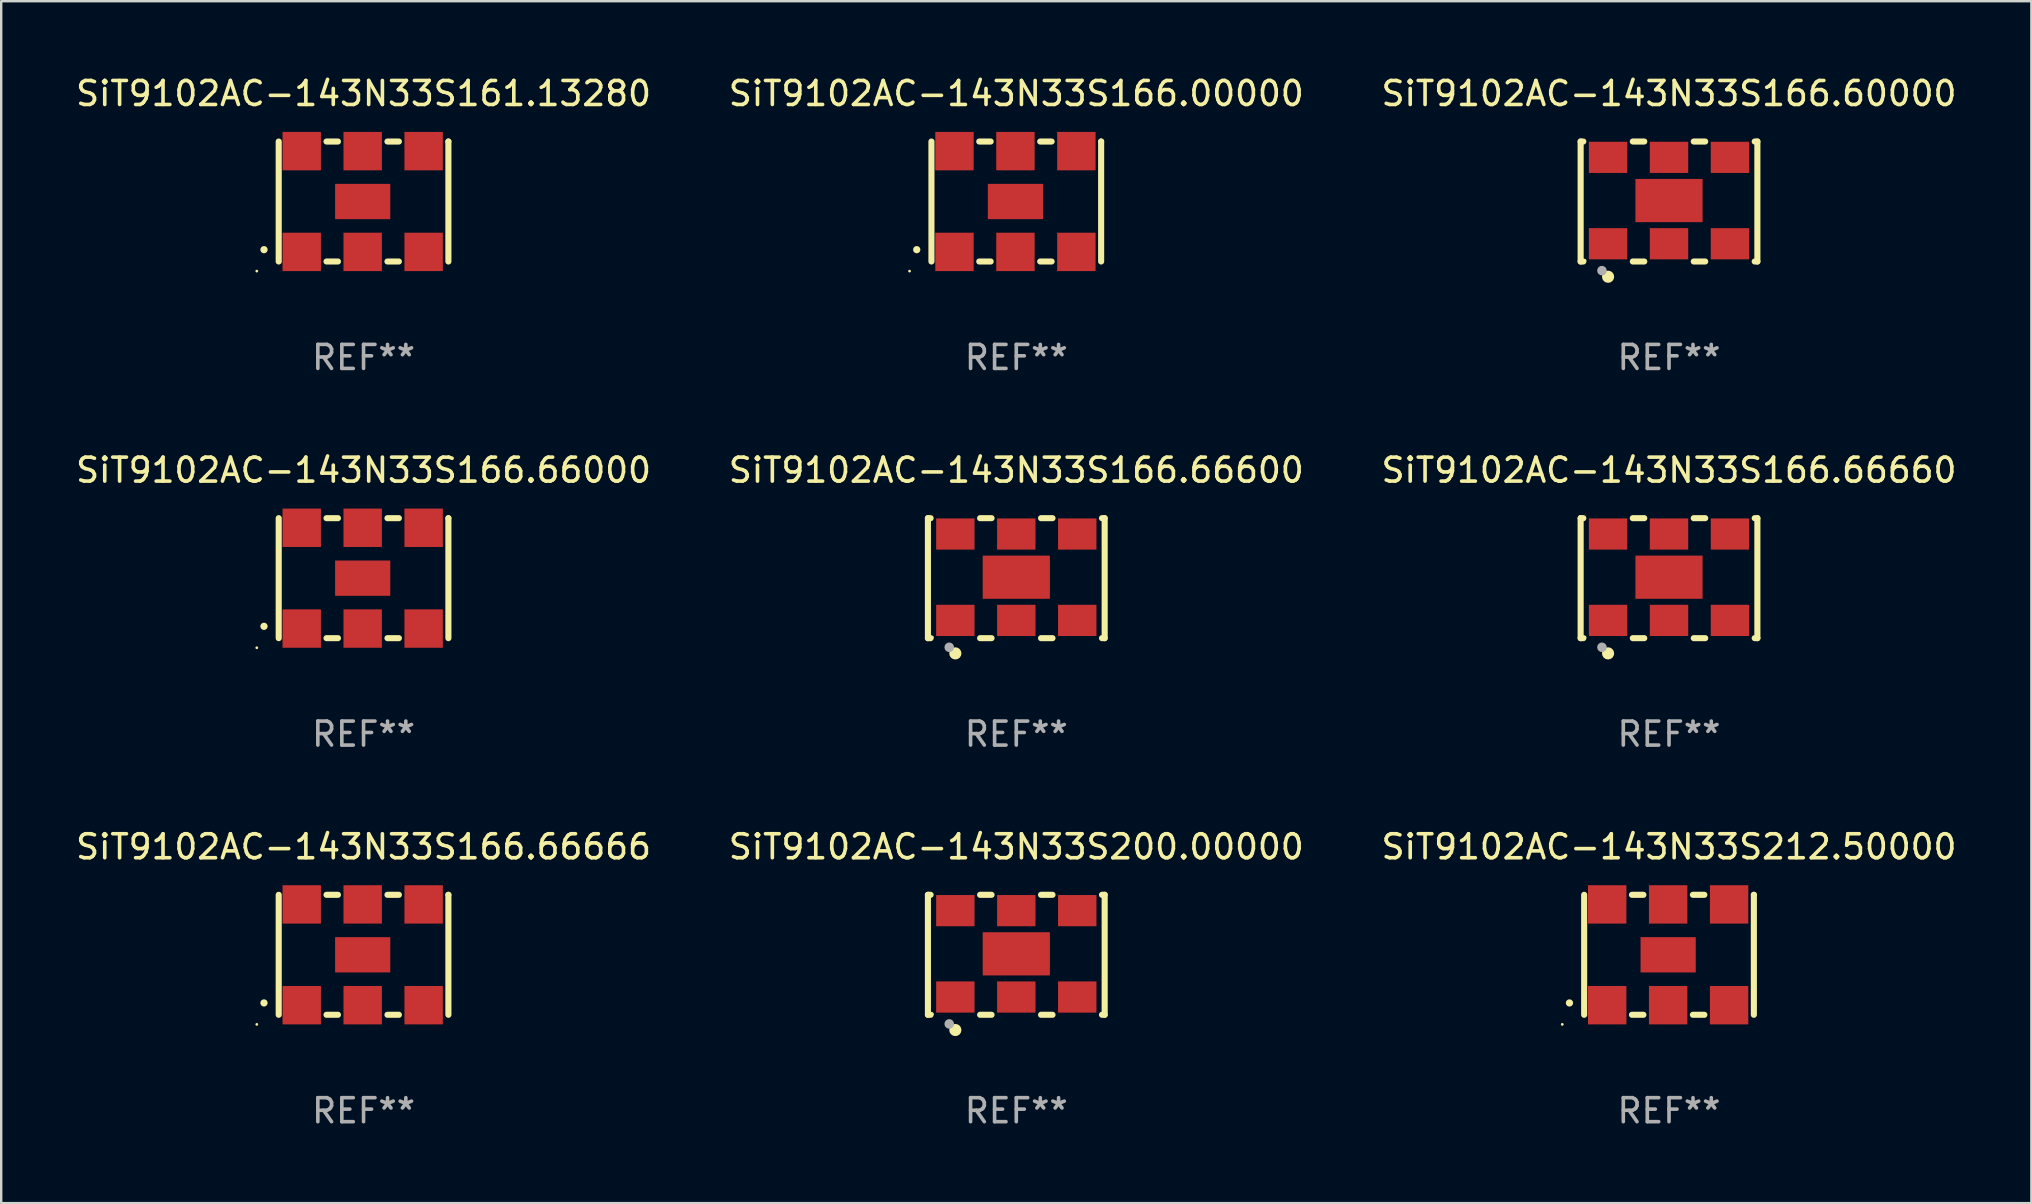
<source format=kicad_pcb>
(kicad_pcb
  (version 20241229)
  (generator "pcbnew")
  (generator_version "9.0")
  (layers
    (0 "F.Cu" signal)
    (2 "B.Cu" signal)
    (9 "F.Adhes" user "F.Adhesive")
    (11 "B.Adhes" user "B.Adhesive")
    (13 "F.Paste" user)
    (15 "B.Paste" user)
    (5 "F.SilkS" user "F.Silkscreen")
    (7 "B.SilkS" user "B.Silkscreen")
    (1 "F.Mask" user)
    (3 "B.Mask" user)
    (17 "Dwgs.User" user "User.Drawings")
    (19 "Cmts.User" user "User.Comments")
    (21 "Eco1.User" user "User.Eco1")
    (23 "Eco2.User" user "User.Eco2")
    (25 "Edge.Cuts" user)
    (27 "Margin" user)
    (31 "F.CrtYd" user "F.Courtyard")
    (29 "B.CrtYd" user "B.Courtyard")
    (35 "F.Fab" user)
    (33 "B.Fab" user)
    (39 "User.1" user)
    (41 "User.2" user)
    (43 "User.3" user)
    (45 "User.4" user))
  (footprint "SiT9102AC-143N33S166.66666"
    (layer "F.Cu")
    (at 12.101 36.741)
    (property "Reference" "SiT9102AC-143N33S166.66666" (at 0 -4.5 0) (layer "F.SilkS") (effects (font (size 1 1) (thickness 0.15))))
    (attr through_hole)
    (fp_line (start -3.536 -2.5) (end -3.536 2.5) (stroke (width 0.254) (type solid)) (layer "F.SilkS"))
    (fp_line (start -1.544 2.5) (end -1.067 2.5) (stroke (width 0.254) (type solid)) (layer "F.SilkS"))
    (fp_line (start -1.067 -2.5) (end -1.544 -2.5) (stroke (width 0.254) (type solid)) (layer "F.SilkS"))
    (fp_line (start 0.996 2.5) (end 1.473 2.5) (stroke (width 0.254) (type solid)) (layer "F.SilkS"))
    (fp_line (start 1.473 -2.5) (end 0.996 -2.5) (stroke (width 0.254) (type solid)) (layer "F.SilkS"))
    (fp_line (start 3.536 -2.5) (end 3.536 -2.5) (stroke (width 0.254) (type solid)) (layer "F.SilkS"))
    (fp_line (start 3.536 2.5) (end 3.536 -2.5) (stroke (width 0.254) (type solid)) (layer "F.SilkS"))
    (fp_arc (start -4.150432 2.006604) (mid -4.149162 2.006599) (end -4.147892 2.006604) (stroke (width 0.3) (type solid)) (layer "F.SilkS"))
    (fp_circle (center -4.449 2.9) (end -4.419 2.9) (stroke (width 0.06) (type solid)) (fill no) (layer "F.SilkS"))
    (fp_text user "REF**" (at 0 6.5 0) (layer "F.Fab") (effects (font (size 1 1) (thickness 0.15))))
    (pad "1" smd rect (at -2.576 2.1) (size 1.6 1.6) (layers "F.Cu" "F.Mask" "F.Paste"))
    (pad "2" smd rect (at -0.036 2.1) (size 1.6 1.6) (layers "F.Cu" "F.Mask" "F.Paste"))
    (pad "3" smd rect (at 2.504 2.1) (size 1.6 1.6) (layers "F.Cu" "F.Mask" "F.Paste"))
    (pad "4" smd rect (at 2.504 -2.1) (size 1.6 1.6) (layers "F.Cu" "F.Mask" "F.Paste"))
    (pad "5" smd rect (at -0.036 -2.1) (size 1.6 1.6) (layers "F.Cu" "F.Mask" "F.Paste"))
    (pad "6" smd rect (at -2.576 -2.1) (size 1.6 1.6) (layers "F.Cu" "F.Mask" "F.Paste"))
    (pad "7" smd rect (at -0.036 0) (size 2.3 1.47) (layers "F.Cu" "F.Mask" "F.Paste")))
  (footprint "SiT9102AC-143N33S212.50000"
    (layer "F.Cu")
    (at 66.506 36.741)
    (property "Reference" "SiT9102AC-143N33S212.50000" (at 0 -4.5 0) (layer "F.SilkS") (effects (font (size 1 1) (thickness 0.15))))
    (attr through_hole)
    (fp_line (start -3.536 -2.5) (end -3.536 2.5) (stroke (width 0.254) (type solid)) (layer "F.SilkS"))
    (fp_line (start -1.544 2.5) (end -1.067 2.5) (stroke (width 0.254) (type solid)) (layer "F.SilkS"))
    (fp_line (start -1.067 -2.5) (end -1.544 -2.5) (stroke (width 0.254) (type solid)) (layer "F.SilkS"))
    (fp_line (start 0.996 2.5) (end 1.473 2.5) (stroke (width 0.254) (type solid)) (layer "F.SilkS"))
    (fp_line (start 1.473 -2.5) (end 0.996 -2.5) (stroke (width 0.254) (type solid)) (layer "F.SilkS"))
    (fp_line (start 3.536 -2.5) (end 3.536 -2.5) (stroke (width 0.254) (type solid)) (layer "F.SilkS"))
    (fp_line (start 3.536 2.5) (end 3.536 -2.5) (stroke (width 0.254) (type solid)) (layer "F.SilkS"))
    (fp_arc (start -4.150432 2.006604) (mid -4.149162 2.006599) (end -4.147892 2.006604) (stroke (width 0.3) (type solid)) (layer "F.SilkS"))
    (fp_circle (center -4.449 2.9) (end -4.419 2.9) (stroke (width 0.06) (type solid)) (fill no) (layer "F.SilkS"))
    (fp_text user "REF**" (at 0 6.5 0) (layer "F.Fab") (effects (font (size 1 1) (thickness 0.15))))
    (pad "1" smd rect (at -2.576 2.1) (size 1.6 1.6) (layers "F.Cu" "F.Mask" "F.Paste"))
    (pad "2" smd rect (at -0.036 2.1) (size 1.6 1.6) (layers "F.Cu" "F.Mask" "F.Paste"))
    (pad "3" smd rect (at 2.504 2.1) (size 1.6 1.6) (layers "F.Cu" "F.Mask" "F.Paste"))
    (pad "4" smd rect (at 2.504 -2.1) (size 1.6 1.6) (layers "F.Cu" "F.Mask" "F.Paste"))
    (pad "5" smd rect (at -0.036 -2.1) (size 1.6 1.6) (layers "F.Cu" "F.Mask" "F.Paste"))
    (pad "6" smd rect (at -2.576 -2.1) (size 1.6 1.6) (layers "F.Cu" "F.Mask" "F.Paste"))
    (pad "7" smd rect (at -0.036 0) (size 2.3 1.47) (layers "F.Cu" "F.Mask" "F.Paste")))
  (footprint "SiT9102AC-143N33S200.00000"
    (layer "F.Cu")
    (at 39.304 36.741)
    (property "Reference" "SiT9102AC-143N33S200.00000" (at 0 -4.5 0) (layer "F.SilkS") (effects (font (size 1 1) (thickness 0.15))))
    (attr through_hole)
    (fp_line (start -3.683 -2.5) (end -3.571 -2.5) (stroke (width 0.254) (type solid)) (layer "F.SilkS"))
    (fp_line (start -3.683 2.5) (end -3.683 -2.5) (stroke (width 0.254) (type solid)) (layer "F.SilkS"))
    (fp_line (start -3.683 2.5) (end -3.571 2.5) (stroke (width 0.254) (type solid)) (layer "F.SilkS"))
    (fp_line (start -1.509 -2.5) (end -1.031 -2.5) (stroke (width 0.254) (type solid)) (layer "F.SilkS"))
    (fp_line (start -1.509 2.5) (end -1.031 2.5) (stroke (width 0.254) (type solid)) (layer "F.SilkS"))
    (fp_line (start 1.031 -2.5) (end 1.509 -2.5) (stroke (width 0.254) (type solid)) (layer "F.SilkS"))
    (fp_line (start 1.031 2.5) (end 1.509 2.5) (stroke (width 0.254) (type solid)) (layer "F.SilkS"))
    (fp_line (start 3.571 -2.5) (end 3.683 -2.5) (stroke (width 0.254) (type solid)) (layer "F.SilkS"))
    (fp_line (start 3.571 2.5) (end 3.683 2.5) (stroke (width 0.254) (type solid)) (layer "F.SilkS"))
    (fp_line (start 3.683 2.5) (end 3.683 -2.5) (stroke (width 0.254) (type solid)) (layer "F.SilkS"))
    (fp_circle (center -3.5 2.46) (end -3.47 2.46) (stroke (width 0.06) (type solid)) (fill no) (layer "F.SilkS"))
    (fp_circle (center -2.54 3.135) (end -2.413 3.135) (stroke (width 0.254) (type solid)) (fill no) (layer "F.SilkS"))
    (fp_circle (center -2.794 2.881) (end -2.694 2.881) (stroke (width 0.2) (type solid)) (fill no) (layer "F.Fab"))
    (fp_text user "REF**" (at 0 6.5 0) (layer "F.Fab") (effects (font (size 1 1) (thickness 0.15))))
    (pad "1" smd rect (at -2.54 1.76) (size 1.6 1.3) (layers "F.Cu" "F.Mask" "F.Paste"))
    (pad "2" smd rect (at 0 1.76) (size 1.6 1.3) (layers "F.Cu" "F.Mask" "F.Paste"))
    (pad "3" smd rect (at 2.54 1.76) (size 1.6 1.3) (layers "F.Cu" "F.Mask" "F.Paste"))
    (pad "4" smd rect (at 2.54 -1.84) (size 1.6 1.3) (layers "F.Cu" "F.Mask" "F.Paste"))
    (pad "5" smd rect (at 0 -1.84) (size 1.6 1.3) (layers "F.Cu" "F.Mask" "F.Paste"))
    (pad "6" smd rect (at -2.54 -1.84) (size 1.6 1.3) (layers "F.Cu" "F.Mask" "F.Paste"))
    (pad "7" smd rect (at 0 -0.04) (size 2.8 1.8) (layers "F.Cu" "F.Mask" "F.Paste")))
  (footprint "SiT9102AC-143N33S166.66000"
    (layer "F.Cu")
    (at 12.101 21.045)
    (property "Reference" "SiT9102AC-143N33S166.66000" (at 0 -4.5 0) (layer "F.SilkS") (effects (font (size 1 1) (thickness 0.15))))
    (attr through_hole)
    (fp_line (start -3.536 -2.5) (end -3.536 2.5) (stroke (width 0.254) (type solid)) (layer "F.SilkS"))
    (fp_line (start -1.544 2.5) (end -1.067 2.5) (stroke (width 0.254) (type solid)) (layer "F.SilkS"))
    (fp_line (start -1.067 -2.5) (end -1.544 -2.5) (stroke (width 0.254) (type solid)) (layer "F.SilkS"))
    (fp_line (start 0.996 2.5) (end 1.473 2.5) (stroke (width 0.254) (type solid)) (layer "F.SilkS"))
    (fp_line (start 1.473 -2.5) (end 0.996 -2.5) (stroke (width 0.254) (type solid)) (layer "F.SilkS"))
    (fp_line (start 3.536 -2.5) (end 3.536 -2.5) (stroke (width 0.254) (type solid)) (layer "F.SilkS"))
    (fp_line (start 3.536 2.5) (end 3.536 -2.5) (stroke (width 0.254) (type solid)) (layer "F.SilkS"))
    (fp_arc (start -4.150432 2.006604) (mid -4.149162 2.006599) (end -4.147892 2.006604) (stroke (width 0.3) (type solid)) (layer "F.SilkS"))
    (fp_circle (center -4.449 2.9) (end -4.419 2.9) (stroke (width 0.06) (type solid)) (fill no) (layer "F.SilkS"))
    (fp_text user "REF**" (at 0 6.5 0) (layer "F.Fab") (effects (font (size 1 1) (thickness 0.15))))
    (pad "1" smd rect (at -2.576 2.1) (size 1.6 1.6) (layers "F.Cu" "F.Mask" "F.Paste"))
    (pad "2" smd rect (at -0.036 2.1) (size 1.6 1.6) (layers "F.Cu" "F.Mask" "F.Paste"))
    (pad "3" smd rect (at 2.504 2.1) (size 1.6 1.6) (layers "F.Cu" "F.Mask" "F.Paste"))
    (pad "4" smd rect (at 2.504 -2.1) (size 1.6 1.6) (layers "F.Cu" "F.Mask" "F.Paste"))
    (pad "5" smd rect (at -0.036 -2.1) (size 1.6 1.6) (layers "F.Cu" "F.Mask" "F.Paste"))
    (pad "6" smd rect (at -2.576 -2.1) (size 1.6 1.6) (layers "F.Cu" "F.Mask" "F.Paste"))
    (pad "7" smd rect (at -0.036 0) (size 2.3 1.47) (layers "F.Cu" "F.Mask" "F.Paste")))
  (footprint "SiT9102AC-143N33S166.00000"
    (layer "F.Cu")
    (at 39.304 5.348)
    (property "Reference" "SiT9102AC-143N33S166.00000" (at 0 -4.5 0) (layer "F.SilkS") (effects (font (size 1 1) (thickness 0.15))))
    (attr through_hole)
    (fp_line (start -3.536 -2.5) (end -3.536 2.5) (stroke (width 0.254) (type solid)) (layer "F.SilkS"))
    (fp_line (start -1.544 2.5) (end -1.067 2.5) (stroke (width 0.254) (type solid)) (layer "F.SilkS"))
    (fp_line (start -1.067 -2.5) (end -1.544 -2.5) (stroke (width 0.254) (type solid)) (layer "F.SilkS"))
    (fp_line (start 0.996 2.5) (end 1.473 2.5) (stroke (width 0.254) (type solid)) (layer "F.SilkS"))
    (fp_line (start 1.473 -2.5) (end 0.996 -2.5) (stroke (width 0.254) (type solid)) (layer "F.SilkS"))
    (fp_line (start 3.536 -2.5) (end 3.536 -2.5) (stroke (width 0.254) (type solid)) (layer "F.SilkS"))
    (fp_line (start 3.536 2.5) (end 3.536 -2.5) (stroke (width 0.254) (type solid)) (layer "F.SilkS"))
    (fp_arc (start -4.150432 2.006604) (mid -4.149162 2.006599) (end -4.147892 2.006604) (stroke (width 0.3) (type solid)) (layer "F.SilkS"))
    (fp_circle (center -4.449 2.9) (end -4.419 2.9) (stroke (width 0.06) (type solid)) (fill no) (layer "F.SilkS"))
    (fp_text user "REF**" (at 0 6.5 0) (layer "F.Fab") (effects (font (size 1 1) (thickness 0.15))))
    (pad "1" smd rect (at -2.576 2.1) (size 1.6 1.6) (layers "F.Cu" "F.Mask" "F.Paste"))
    (pad "2" smd rect (at -0.036 2.1) (size 1.6 1.6) (layers "F.Cu" "F.Mask" "F.Paste"))
    (pad "3" smd rect (at 2.504 2.1) (size 1.6 1.6) (layers "F.Cu" "F.Mask" "F.Paste"))
    (pad "4" smd rect (at 2.504 -2.1) (size 1.6 1.6) (layers "F.Cu" "F.Mask" "F.Paste"))
    (pad "5" smd rect (at -0.036 -2.1) (size 1.6 1.6) (layers "F.Cu" "F.Mask" "F.Paste"))
    (pad "6" smd rect (at -2.576 -2.1) (size 1.6 1.6) (layers "F.Cu" "F.Mask" "F.Paste"))
    (pad "7" smd rect (at -0.036 0) (size 2.3 1.47) (layers "F.Cu" "F.Mask" "F.Paste")))
  (footprint "SiT9102AC-143N33S161.13280"
    (layer "F.Cu")
    (at 12.101 5.348)
    (property "Reference" "SiT9102AC-143N33S161.13280" (at 0 -4.5 0) (layer "F.SilkS") (effects (font (size 1 1) (thickness 0.15))))
    (attr through_hole)
    (fp_line (start -3.536 -2.5) (end -3.536 2.5) (stroke (width 0.254) (type solid)) (layer "F.SilkS"))
    (fp_line (start -1.544 2.5) (end -1.067 2.5) (stroke (width 0.254) (type solid)) (layer "F.SilkS"))
    (fp_line (start -1.067 -2.5) (end -1.544 -2.5) (stroke (width 0.254) (type solid)) (layer "F.SilkS"))
    (fp_line (start 0.996 2.5) (end 1.473 2.5) (stroke (width 0.254) (type solid)) (layer "F.SilkS"))
    (fp_line (start 1.473 -2.5) (end 0.996 -2.5) (stroke (width 0.254) (type solid)) (layer "F.SilkS"))
    (fp_line (start 3.536 -2.5) (end 3.536 -2.5) (stroke (width 0.254) (type solid)) (layer "F.SilkS"))
    (fp_line (start 3.536 2.5) (end 3.536 -2.5) (stroke (width 0.254) (type solid)) (layer "F.SilkS"))
    (fp_arc (start -4.150432 2.006604) (mid -4.149162 2.006599) (end -4.147892 2.006604) (stroke (width 0.3) (type solid)) (layer "F.SilkS"))
    (fp_circle (center -4.449 2.9) (end -4.419 2.9) (stroke (width 0.06) (type solid)) (fill no) (layer "F.SilkS"))
    (fp_text user "REF**" (at 0 6.5 0) (layer "F.Fab") (effects (font (size 1 1) (thickness 0.15))))
    (pad "1" smd rect (at -2.576 2.1) (size 1.6 1.6) (layers "F.Cu" "F.Mask" "F.Paste"))
    (pad "2" smd rect (at -0.036 2.1) (size 1.6 1.6) (layers "F.Cu" "F.Mask" "F.Paste"))
    (pad "3" smd rect (at 2.504 2.1) (size 1.6 1.6) (layers "F.Cu" "F.Mask" "F.Paste"))
    (pad "4" smd rect (at 2.504 -2.1) (size 1.6 1.6) (layers "F.Cu" "F.Mask" "F.Paste"))
    (pad "5" smd rect (at -0.036 -2.1) (size 1.6 1.6) (layers "F.Cu" "F.Mask" "F.Paste"))
    (pad "6" smd rect (at -2.576 -2.1) (size 1.6 1.6) (layers "F.Cu" "F.Mask" "F.Paste"))
    (pad "7" smd rect (at -0.036 0) (size 2.3 1.47) (layers "F.Cu" "F.Mask" "F.Paste")))
  (footprint "SiT9102AC-143N33S166.66600"
    (layer "F.Cu")
    (at 39.304 21.045)
    (property "Reference" "SiT9102AC-143N33S166.66600" (at 0 -4.5 0) (layer "F.SilkS") (effects (font (size 1 1) (thickness 0.15))))
    (attr through_hole)
    (fp_line (start -3.683 -2.5) (end -3.571 -2.5) (stroke (width 0.254) (type solid)) (layer "F.SilkS"))
    (fp_line (start -3.683 2.5) (end -3.683 -2.5) (stroke (width 0.254) (type solid)) (layer "F.SilkS"))
    (fp_line (start -3.683 2.5) (end -3.571 2.5) (stroke (width 0.254) (type solid)) (layer "F.SilkS"))
    (fp_line (start -1.509 -2.5) (end -1.031 -2.5) (stroke (width 0.254) (type solid)) (layer "F.SilkS"))
    (fp_line (start -1.509 2.5) (end -1.031 2.5) (stroke (width 0.254) (type solid)) (layer "F.SilkS"))
    (fp_line (start 1.031 -2.5) (end 1.509 -2.5) (stroke (width 0.254) (type solid)) (layer "F.SilkS"))
    (fp_line (start 1.031 2.5) (end 1.509 2.5) (stroke (width 0.254) (type solid)) (layer "F.SilkS"))
    (fp_line (start 3.571 -2.5) (end 3.683 -2.5) (stroke (width 0.254) (type solid)) (layer "F.SilkS"))
    (fp_line (start 3.571 2.5) (end 3.683 2.5) (stroke (width 0.254) (type solid)) (layer "F.SilkS"))
    (fp_line (start 3.683 2.5) (end 3.683 -2.5) (stroke (width 0.254) (type solid)) (layer "F.SilkS"))
    (fp_circle (center -3.5 2.46) (end -3.47 2.46) (stroke (width 0.06) (type solid)) (fill no) (layer "F.SilkS"))
    (fp_circle (center -2.54 3.135) (end -2.413 3.135) (stroke (width 0.254) (type solid)) (fill no) (layer "F.SilkS"))
    (fp_circle (center -2.794 2.881) (end -2.694 2.881) (stroke (width 0.2) (type solid)) (fill no) (layer "F.Fab"))
    (fp_text user "REF**" (at 0 6.5 0) (layer "F.Fab") (effects (font (size 1 1) (thickness 0.15))))
    (pad "1" smd rect (at -2.54 1.76) (size 1.6 1.3) (layers "F.Cu" "F.Mask" "F.Paste"))
    (pad "2" smd rect (at 0 1.76) (size 1.6 1.3) (layers "F.Cu" "F.Mask" "F.Paste"))
    (pad "3" smd rect (at 2.54 1.76) (size 1.6 1.3) (layers "F.Cu" "F.Mask" "F.Paste"))
    (pad "4" smd rect (at 2.54 -1.84) (size 1.6 1.3) (layers "F.Cu" "F.Mask" "F.Paste"))
    (pad "5" smd rect (at 0 -1.84) (size 1.6 1.3) (layers "F.Cu" "F.Mask" "F.Paste"))
    (pad "6" smd rect (at -2.54 -1.84) (size 1.6 1.3) (layers "F.Cu" "F.Mask" "F.Paste"))
    (pad "7" smd rect (at 0 -0.04) (size 2.8 1.8) (layers "F.Cu" "F.Mask" "F.Paste")))
  (footprint "SiT9102AC-143N33S166.66660"
    (layer "F.Cu")
    (at 66.506 21.045)
    (property "Reference" "SiT9102AC-143N33S166.66660" (at 0 -4.5 0) (layer "F.SilkS") (effects (font (size 1 1) (thickness 0.15))))
    (attr through_hole)
    (fp_line (start -3.683 -2.5) (end -3.571 -2.5) (stroke (width 0.254) (type solid)) (layer "F.SilkS"))
    (fp_line (start -3.683 2.5) (end -3.683 -2.5) (stroke (width 0.254) (type solid)) (layer "F.SilkS"))
    (fp_line (start -3.683 2.5) (end -3.571 2.5) (stroke (width 0.254) (type solid)) (layer "F.SilkS"))
    (fp_line (start -1.509 -2.5) (end -1.031 -2.5) (stroke (width 0.254) (type solid)) (layer "F.SilkS"))
    (fp_line (start -1.509 2.5) (end -1.031 2.5) (stroke (width 0.254) (type solid)) (layer "F.SilkS"))
    (fp_line (start 1.031 -2.5) (end 1.509 -2.5) (stroke (width 0.254) (type solid)) (layer "F.SilkS"))
    (fp_line (start 1.031 2.5) (end 1.509 2.5) (stroke (width 0.254) (type solid)) (layer "F.SilkS"))
    (fp_line (start 3.571 -2.5) (end 3.683 -2.5) (stroke (width 0.254) (type solid)) (layer "F.SilkS"))
    (fp_line (start 3.571 2.5) (end 3.683 2.5) (stroke (width 0.254) (type solid)) (layer "F.SilkS"))
    (fp_line (start 3.683 2.5) (end 3.683 -2.5) (stroke (width 0.254) (type solid)) (layer "F.SilkS"))
    (fp_circle (center -3.5 2.46) (end -3.47 2.46) (stroke (width 0.06) (type solid)) (fill no) (layer "F.SilkS"))
    (fp_circle (center -2.54 3.135) (end -2.413 3.135) (stroke (width 0.254) (type solid)) (fill no) (layer "F.SilkS"))
    (fp_circle (center -2.794 2.881) (end -2.694 2.881) (stroke (width 0.2) (type solid)) (fill no) (layer "F.Fab"))
    (fp_text user "REF**" (at 0 6.5 0) (layer "F.Fab") (effects (font (size 1 1) (thickness 0.15))))
    (pad "1" smd rect (at -2.54 1.76) (size 1.6 1.3) (layers "F.Cu" "F.Mask" "F.Paste"))
    (pad "2" smd rect (at 0 1.76) (size 1.6 1.3) (layers "F.Cu" "F.Mask" "F.Paste"))
    (pad "3" smd rect (at 2.54 1.76) (size 1.6 1.3) (layers "F.Cu" "F.Mask" "F.Paste"))
    (pad "4" smd rect (at 2.54 -1.84) (size 1.6 1.3) (layers "F.Cu" "F.Mask" "F.Paste"))
    (pad "5" smd rect (at 0 -1.84) (size 1.6 1.3) (layers "F.Cu" "F.Mask" "F.Paste"))
    (pad "6" smd rect (at -2.54 -1.84) (size 1.6 1.3) (layers "F.Cu" "F.Mask" "F.Paste"))
    (pad "7" smd rect (at 0 -0.04) (size 2.8 1.8) (layers "F.Cu" "F.Mask" "F.Paste")))
  (footprint "SiT9102AC-143N33S166.60000"
    (layer "F.Cu")
    (at 66.506 5.348)
    (property "Reference" "SiT9102AC-143N33S166.60000" (at 0 -4.5 0) (layer "F.SilkS") (effects (font (size 1 1) (thickness 0.15))))
    (attr through_hole)
    (fp_line (start -3.683 -2.5) (end -3.571 -2.5) (stroke (width 0.254) (type solid)) (layer "F.SilkS"))
    (fp_line (start -3.683 2.5) (end -3.683 -2.5) (stroke (width 0.254) (type solid)) (layer "F.SilkS"))
    (fp_line (start -3.683 2.5) (end -3.571 2.5) (stroke (width 0.254) (type solid)) (layer "F.SilkS"))
    (fp_line (start -1.509 -2.5) (end -1.031 -2.5) (stroke (width 0.254) (type solid)) (layer "F.SilkS"))
    (fp_line (start -1.509 2.5) (end -1.031 2.5) (stroke (width 0.254) (type solid)) (layer "F.SilkS"))
    (fp_line (start 1.031 -2.5) (end 1.509 -2.5) (stroke (width 0.254) (type solid)) (layer "F.SilkS"))
    (fp_line (start 1.031 2.5) (end 1.509 2.5) (stroke (width 0.254) (type solid)) (layer "F.SilkS"))
    (fp_line (start 3.571 -2.5) (end 3.683 -2.5) (stroke (width 0.254) (type solid)) (layer "F.SilkS"))
    (fp_line (start 3.571 2.5) (end 3.683 2.5) (stroke (width 0.254) (type solid)) (layer "F.SilkS"))
    (fp_line (start 3.683 2.5) (end 3.683 -2.5) (stroke (width 0.254) (type solid)) (layer "F.SilkS"))
    (fp_circle (center -3.5 2.46) (end -3.47 2.46) (stroke (width 0.06) (type solid)) (fill no) (layer "F.SilkS"))
    (fp_circle (center -2.54 3.135) (end -2.413 3.135) (stroke (width 0.254) (type solid)) (fill no) (layer "F.SilkS"))
    (fp_circle (center -2.794 2.881) (end -2.694 2.881) (stroke (width 0.2) (type solid)) (fill no) (layer "F.Fab"))
    (fp_text user "REF**" (at 0 6.5 0) (layer "F.Fab") (effects (font (size 1 1) (thickness 0.15))))
    (pad "1" smd rect (at -2.54 1.76) (size 1.6 1.3) (layers "F.Cu" "F.Mask" "F.Paste"))
    (pad "2" smd rect (at 0 1.76) (size 1.6 1.3) (layers "F.Cu" "F.Mask" "F.Paste"))
    (pad "3" smd rect (at 2.54 1.76) (size 1.6 1.3) (layers "F.Cu" "F.Mask" "F.Paste"))
    (pad "4" smd rect (at 2.54 -1.84) (size 1.6 1.3) (layers "F.Cu" "F.Mask" "F.Paste"))
    (pad "5" smd rect (at 0 -1.84) (size 1.6 1.3) (layers "F.Cu" "F.Mask" "F.Paste"))
    (pad "6" smd rect (at -2.54 -1.84) (size 1.6 1.3) (layers "F.Cu" "F.Mask" "F.Paste"))
    (pad "7" smd rect (at 0 -0.04) (size 2.8 1.8) (layers "F.Cu" "F.Mask" "F.Paste")))
  (gr_rect
    (start -3 -3)
    (end 81.607 47.09)
    (stroke (width 0.1) (type default))
    (fill no)
    (layer "Edge.Cuts")))
</source>
